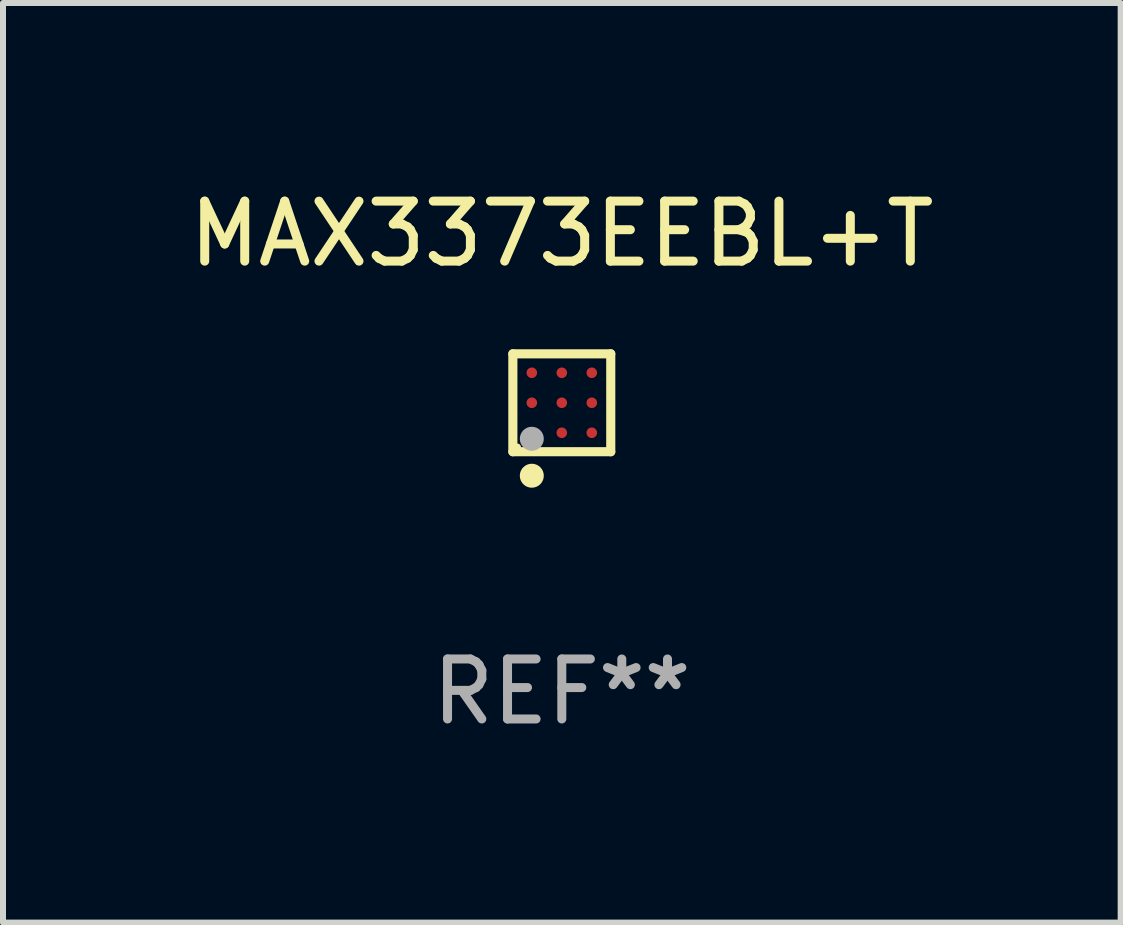
<source format=kicad_pcb>
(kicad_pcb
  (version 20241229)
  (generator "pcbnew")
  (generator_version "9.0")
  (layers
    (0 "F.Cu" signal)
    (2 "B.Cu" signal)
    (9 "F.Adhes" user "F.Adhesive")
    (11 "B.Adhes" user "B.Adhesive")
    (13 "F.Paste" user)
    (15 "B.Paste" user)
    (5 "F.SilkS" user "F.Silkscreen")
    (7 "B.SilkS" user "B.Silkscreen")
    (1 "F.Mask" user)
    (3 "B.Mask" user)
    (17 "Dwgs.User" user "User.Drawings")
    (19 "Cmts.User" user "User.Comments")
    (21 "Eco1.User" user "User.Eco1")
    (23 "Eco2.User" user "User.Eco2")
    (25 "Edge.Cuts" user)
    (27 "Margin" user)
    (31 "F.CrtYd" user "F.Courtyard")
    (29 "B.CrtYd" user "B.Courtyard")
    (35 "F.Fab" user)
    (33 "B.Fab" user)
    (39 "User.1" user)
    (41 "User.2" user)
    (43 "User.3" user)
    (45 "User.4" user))
  (footprint "MAX3373EEBL+T"
    (layer "F.Cu")
    (at 6.315 3.664)
    (property "Reference" "MAX3373EEBL+T" (at 0 -2.816 0) (layer "F.SilkS") (effects (font (size 1 1) (thickness 0.15))))
    (attr through_hole)
    (fp_line (start -0.816 -0.816) (end 0.816 -0.816) (stroke (width 0.152) (type solid)) (layer "F.SilkS"))
    (fp_line (start -0.816 0.816) (end -0.816 -0.816) (stroke (width 0.152) (type solid)) (layer "F.SilkS"))
    (fp_line (start 0.816 -0.816) (end 0.816 0.816) (stroke (width 0.152) (type solid)) (layer "F.SilkS"))
    (fp_line (start 0.816 0.816) (end -0.816 0.816) (stroke (width 0.152) (type solid)) (layer "F.SilkS"))
    (fp_circle (center -0.74 0.74) (end -0.71 0.74) (stroke (width 0.06) (type solid)) (fill no) (layer "F.SilkS"))
    (fp_circle (center -0.5 1.216) (end -0.4 1.216) (stroke (width 0.2) (type solid)) (fill no) (layer "F.SilkS"))
    (fp_circle (center -0.5 0.6) (end -0.4 0.6) (stroke (width 0.2) (type solid)) (fill no) (layer "F.Fab"))
    (fp_text user "REF**" (at 0 4.816 0) (layer "F.Fab") (effects (font (size 1 1) (thickness 0.15))))
    (pad "A1" smd circle (at -0.5 0.5) (size 0.176 0.176) (layers "F.Cu" "F.Mask" "F.Paste"))
    (pad "A2" smd circle (at -0.5 0) (size 0.176 0.176) (layers "F.Cu" "F.Mask" "F.Paste"))
    (pad "A3" smd circle (at -0.5 -0.5) (size 0.176 0.176) (layers "F.Cu" "F.Mask" "F.Paste"))
    (pad "B1" smd circle (at 0 0.5) (size 0.176 0.176) (layers "F.Cu" "F.Mask" "F.Paste"))
    (pad "B2" smd circle (at 0 0) (size 0.176 0.176) (layers "F.Cu" "F.Mask" "F.Paste"))
    (pad "B3" smd circle (at 0 -0.5) (size 0.176 0.176) (layers "F.Cu" "F.Mask" "F.Paste"))
    (pad "C1" smd circle (at 0.5 0.5) (size 0.176 0.176) (layers "F.Cu" "F.Mask" "F.Paste"))
    (pad "C2" smd circle (at 0.5 0) (size 0.176 0.176) (layers "F.Cu" "F.Mask" "F.Paste"))
    (pad "C3" smd circle (at 0.5 -0.5) (size 0.176 0.176) (layers "F.Cu" "F.Mask" "F.Paste")))
  (gr_rect
    (start -3 -3)
    (end 15.631 12.329)
    (stroke (width 0.1) (type default))
    (fill no)
    (layer "Edge.Cuts")))
</source>
